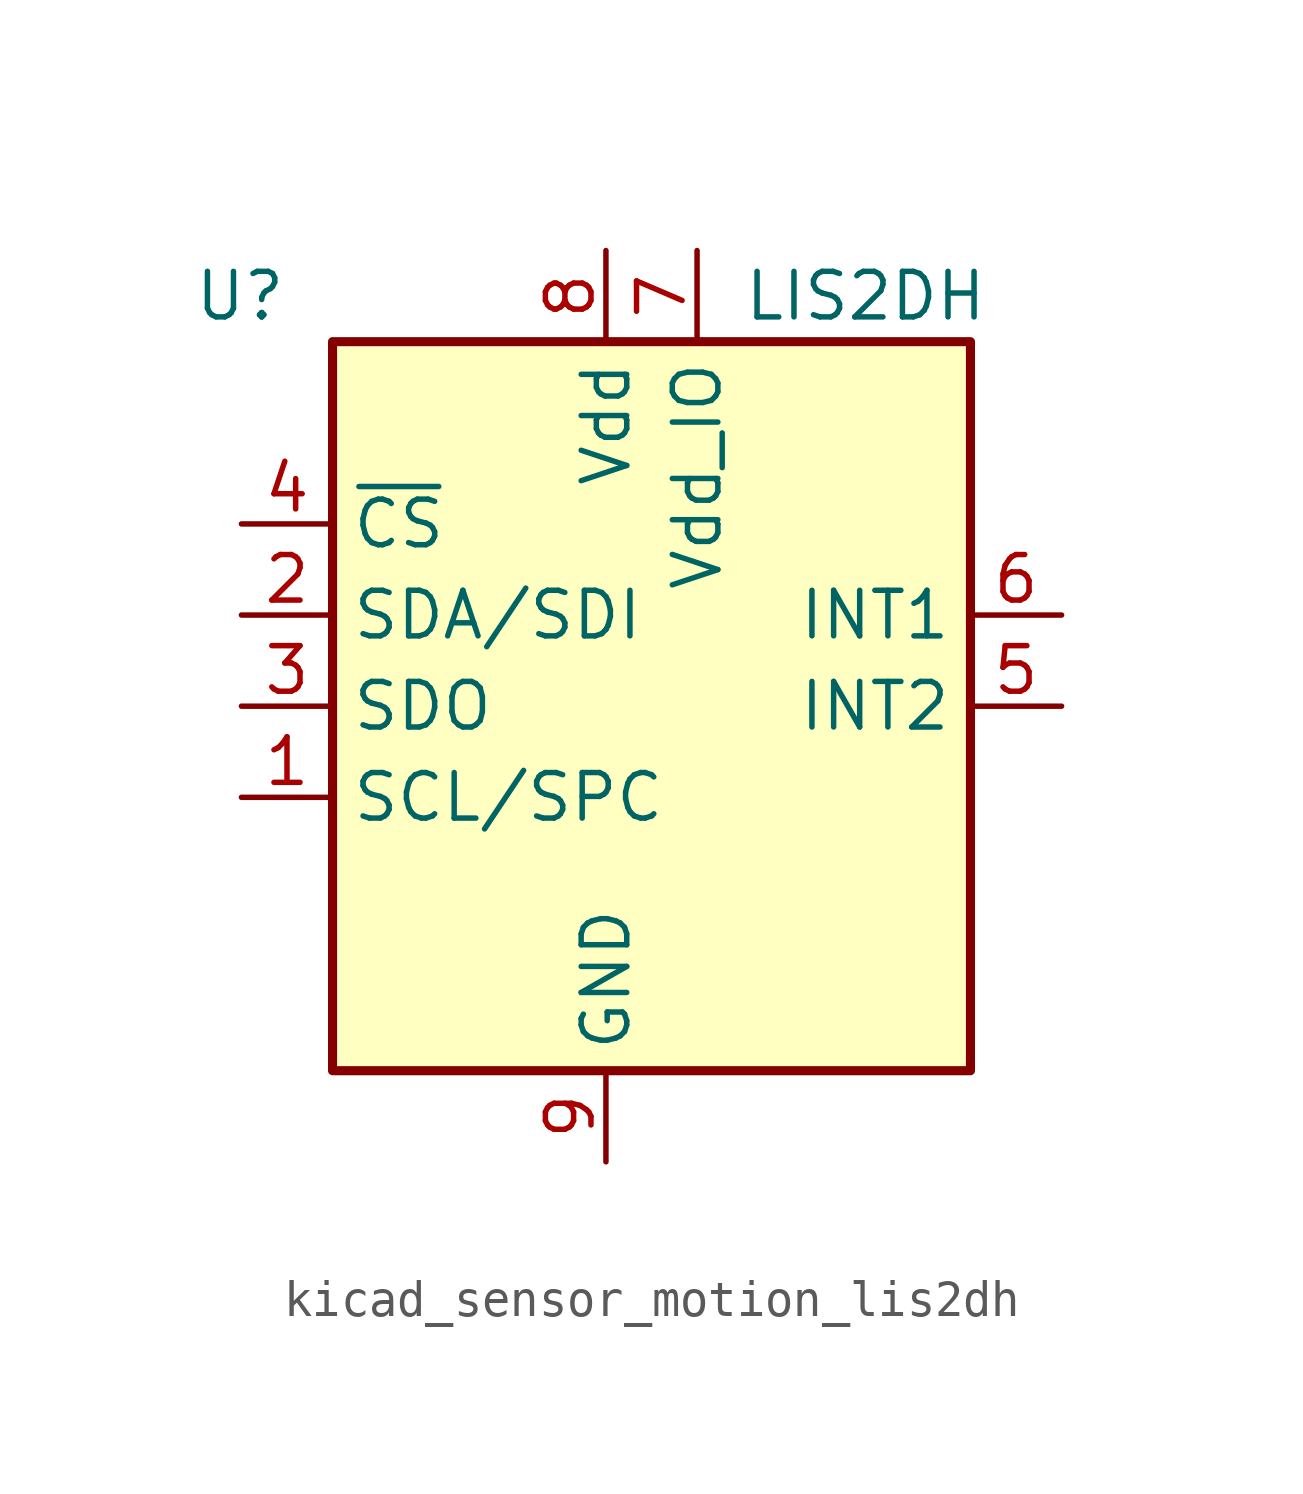
<source format=kicad_sym>
(kicad_symbol_lib
  (version 20220914)
  (generator kicad_symbol_editor)
  (symbol "kicad_sensor_motion_lis2dh"
    (property "Reference" "U"
      (at -8.89 11.43 0)
      (effects (font (size 1.27 1.27)) (justify right)))
    (property "Value" "LIS2DH"
      (at 3.81 11.43 0)
      (effects (font (size 1.27 1.27)) (justify left)))
    (symbol "kicad_sensor_motion_lis2dh_0_1"
      (rectangle (start -7.62 10.16) (end 10.16 -10.16) (stroke (width 0.254) (type default)) (fill (type background))))
    (symbol "kicad_sensor_motion_lis2dh_1_1"
      (pin input line (at -10.16 -2.54 0) (length 2.54) (name "SCL/SPC" (effects (font (size 1.27 1.27)))) (number "1" (effects (font (size 1.27 1.27)))))
      (pin passive line (at 0 -12.7 90) (length 2.54) hide (name "GND" (effects (font (size 1.27 1.27)))) (number "10" (effects (font (size 1.27 1.27)))))
      (pin passive line (at 0 -12.7 90) (length 2.54) hide (name "GND" (effects (font (size 1.27 1.27)))) (number "11" (effects (font (size 1.27 1.27)))))
      (pin passive line (at 0 -12.7 90) (length 2.54) hide (name "GND" (effects (font (size 1.27 1.27)))) (number "12" (effects (font (size 1.27 1.27)))))
      (pin passive line (at 0 -12.7 90) (length 2.54) hide (name "GND" (effects (font (size 1.27 1.27)))) (number "13" (effects (font (size 1.27 1.27)))))
      (pin passive line (at 0 -12.7 90) (length 2.54) hide (name "GND" (effects (font (size 1.27 1.27)))) (number "14" (effects (font (size 1.27 1.27)))))
      (pin bidirectional line (at -10.16 2.54 0) (length 2.54) (name "SDA/SDI" (effects (font (size 1.27 1.27)))) (number "2" (effects (font (size 1.27 1.27)))))
      (pin output line (at -10.16 0 0) (length 2.54) (name "SDO" (effects (font (size 1.27 1.27)))) (number "3" (effects (font (size 1.27 1.27)))) (alternate "SA0" passive line))
      (pin input line (at -10.16 5.08 0) (length 2.54) (name "~{CS}" (effects (font (size 1.27 1.27)))) (number "4" (effects (font (size 1.27 1.27)))))
      (pin output line (at 12.7 0 180) (length 2.54) (name "INT2" (effects (font (size 1.27 1.27)))) (number "5" (effects (font (size 1.27 1.27)))))
      (pin output line (at 12.7 2.54 180) (length 2.54) (name "INT1" (effects (font (size 1.27 1.27)))) (number "6" (effects (font (size 1.27 1.27)))))
      (pin power_in line (at 2.54 12.7 270) (length 2.54) (name "Vdd_IO" (effects (font (size 1.27 1.27)))) (number "7" (effects (font (size 1.27 1.27)))))
      (pin power_in line (at 0 12.7 270) (length 2.54) (name "Vdd" (effects (font (size 1.27 1.27)))) (number "8" (effects (font (size 1.27 1.27)))))
      (pin power_in line (at 0 -12.7 90) (length 2.54) (name "GND" (effects (font (size 1.27 1.27)))) (number "9" (effects (font (size 1.27 1.27))))))))
</source>
